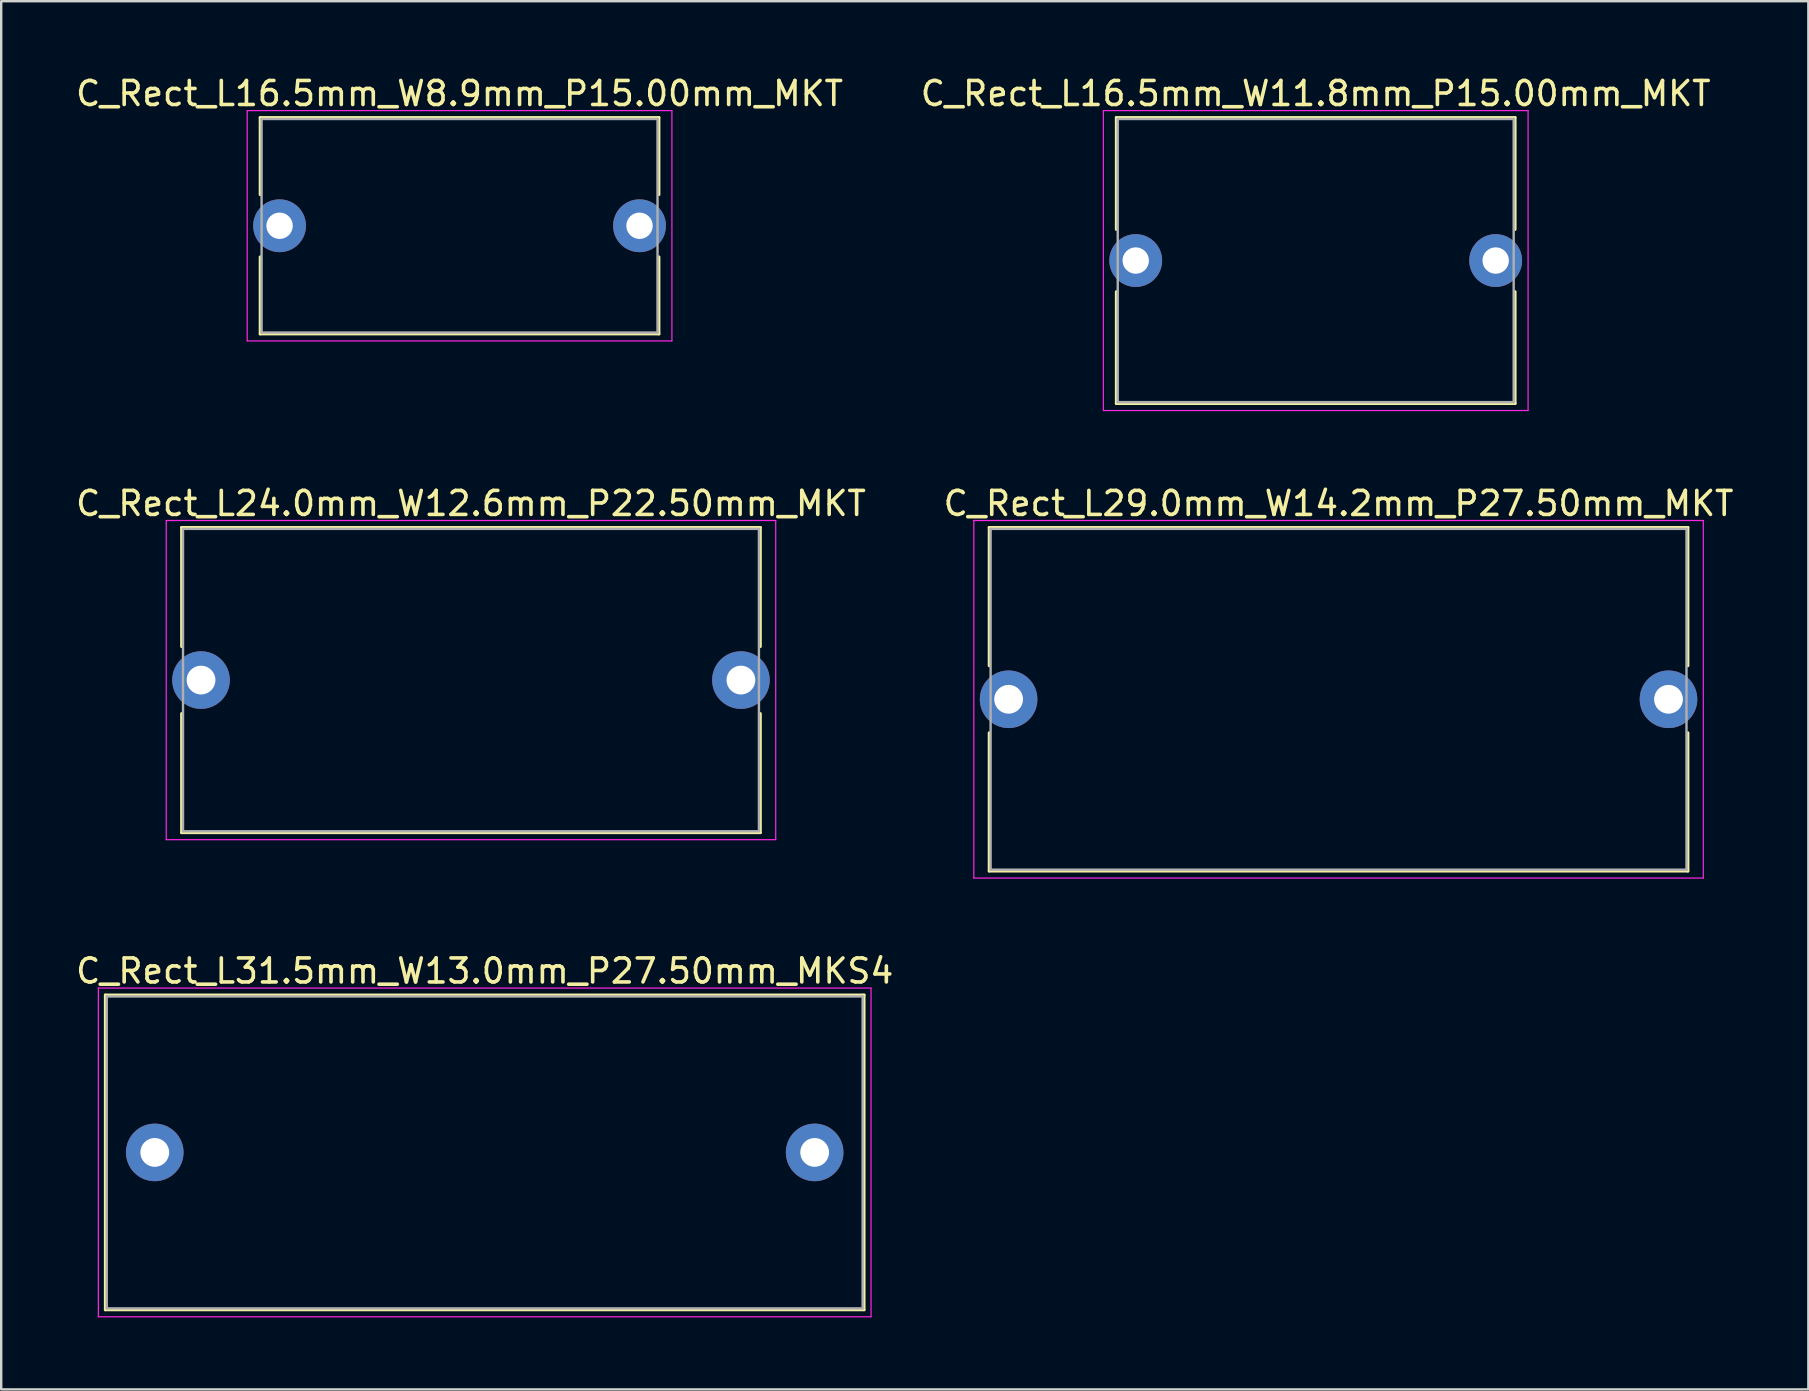
<source format=kicad_pcb>
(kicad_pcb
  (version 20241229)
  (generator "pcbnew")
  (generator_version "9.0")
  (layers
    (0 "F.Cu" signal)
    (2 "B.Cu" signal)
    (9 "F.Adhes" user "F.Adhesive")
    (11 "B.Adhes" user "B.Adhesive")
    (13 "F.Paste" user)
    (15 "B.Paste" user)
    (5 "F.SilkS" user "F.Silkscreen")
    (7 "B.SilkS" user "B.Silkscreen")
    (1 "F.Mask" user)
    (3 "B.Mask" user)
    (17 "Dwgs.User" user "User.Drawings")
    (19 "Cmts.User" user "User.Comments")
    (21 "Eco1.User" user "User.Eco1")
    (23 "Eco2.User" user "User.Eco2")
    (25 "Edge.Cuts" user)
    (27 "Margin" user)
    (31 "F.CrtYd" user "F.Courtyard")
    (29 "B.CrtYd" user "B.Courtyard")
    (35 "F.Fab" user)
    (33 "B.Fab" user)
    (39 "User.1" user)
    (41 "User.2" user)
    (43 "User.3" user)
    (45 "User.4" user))
  (footprint "C_Rect_L29.0mm_W14.2mm_P27.50mm_MKT"
    (layer "F.Cu")
    (at 38.982 26.091)
    (property "Reference" "C_Rect_L29.0mm_W14.2mm_P27.50mm_MKT" (at 13.75 -8.16 0) (layer "F.SilkS") (effects (font (size 1 1) (thickness 0.15))))
    (attr through_hole)
    (fp_line (start -0.81 -7.16) (end -0.81 -1.395) (stroke (width 0.12) (type solid)) (layer "F.SilkS"))
    (fp_line (start -0.81 -7.16) (end 28.31 -7.16) (stroke (width 0.12) (type solid)) (layer "F.SilkS"))
    (fp_line (start -0.81 1.395) (end -0.81 7.16) (stroke (width 0.12) (type solid)) (layer "F.SilkS"))
    (fp_line (start -0.81 7.16) (end 28.31 7.16) (stroke (width 0.12) (type solid)) (layer "F.SilkS"))
    (fp_line (start 28.31 -7.16) (end 28.31 -1.395) (stroke (width 0.12) (type solid)) (layer "F.SilkS"))
    (fp_line (start 28.31 1.395) (end 28.31 7.16) (stroke (width 0.12) (type solid)) (layer "F.SilkS"))
    (fp_line (start -1.45 -7.45) (end -1.45 7.45) (stroke (width 0.05) (type solid)) (layer "F.CrtYd"))
    (fp_line (start -1.45 7.45) (end 28.95 7.45) (stroke (width 0.05) (type solid)) (layer "F.CrtYd"))
    (fp_line (start 28.95 -7.45) (end -1.45 -7.45) (stroke (width 0.05) (type solid)) (layer "F.CrtYd"))
    (fp_line (start 28.95 7.45) (end 28.95 -7.45) (stroke (width 0.05) (type solid)) (layer "F.CrtYd"))
    (fp_line (start -0.75 -7.1) (end -0.75 7.1) (stroke (width 0.1) (type solid)) (layer "F.Fab"))
    (fp_line (start -0.75 7.1) (end 28.25 7.1) (stroke (width 0.1) (type solid)) (layer "F.Fab"))
    (fp_line (start 28.25 -7.1) (end -0.75 -7.1) (stroke (width 0.1) (type solid)) (layer "F.Fab"))
    (fp_line (start 28.25 7.1) (end 28.25 -7.1) (stroke (width 0.1) (type solid)) (layer "F.Fab"))
    (pad "1" thru_hole circle (at 0 0) (size 2.4 2.4) (drill 1.2) (layers "*.Cu" "*.Mask"))
    (pad "2" thru_hole circle (at 27.5 0) (size 2.4 2.4) (drill 1.2) (layers "*.Cu" "*.Mask")))
  (footprint "C_Rect_L31.5mm_W13.0mm_P27.50mm_MKS4"
    (layer "F.Cu")
    (at 3.399 44.975)
    (property "Reference" "C_Rect_L31.5mm_W13.0mm_P27.50mm_MKS4" (at 13.75 -7.56 0) (layer "F.SilkS") (effects (font (size 1 1) (thickness 0.15))))
    (attr through_hole)
    (fp_line (start -2.06 -6.56) (end -2.06 6.56) (stroke (width 0.12) (type solid)) (layer "F.SilkS"))
    (fp_line (start -2.06 -6.56) (end 29.56 -6.56) (stroke (width 0.12) (type solid)) (layer "F.SilkS"))
    (fp_line (start -2.06 6.56) (end 29.56 6.56) (stroke (width 0.12) (type solid)) (layer "F.SilkS"))
    (fp_line (start 29.56 -6.56) (end 29.56 6.56) (stroke (width 0.12) (type solid)) (layer "F.SilkS"))
    (fp_line (start -2.35 -6.85) (end -2.35 6.85) (stroke (width 0.05) (type solid)) (layer "F.CrtYd"))
    (fp_line (start -2.35 6.85) (end 29.85 6.85) (stroke (width 0.05) (type solid)) (layer "F.CrtYd"))
    (fp_line (start 29.85 -6.85) (end -2.35 -6.85) (stroke (width 0.05) (type solid)) (layer "F.CrtYd"))
    (fp_line (start 29.85 6.85) (end 29.85 -6.85) (stroke (width 0.05) (type solid)) (layer "F.CrtYd"))
    (fp_line (start -2 -6.5) (end -2 6.5) (stroke (width 0.1) (type solid)) (layer "F.Fab"))
    (fp_line (start -2 6.5) (end 29.5 6.5) (stroke (width 0.1) (type solid)) (layer "F.Fab"))
    (fp_line (start 29.5 -6.5) (end -2 -6.5) (stroke (width 0.1) (type solid)) (layer "F.Fab"))
    (fp_line (start 29.5 6.5) (end 29.5 -6.5) (stroke (width 0.1) (type solid)) (layer "F.Fab"))
    (pad "1" thru_hole circle (at 0 0) (size 2.4 2.4) (drill 1.2) (layers "*.Cu" "*.Mask"))
    (pad "2" thru_hole circle (at 27.5 0) (size 2.4 2.4) (drill 1.2) (layers "*.Cu" "*.Mask")))
  (footprint "C_Rect_L24.0mm_W12.6mm_P22.50mm_MKT"
    (layer "F.Cu")
    (at 5.327 25.291)
    (property "Reference" "C_Rect_L24.0mm_W12.6mm_P22.50mm_MKT" (at 11.25 -7.36 0) (layer "F.SilkS") (effects (font (size 1 1) (thickness 0.15))))
    (attr through_hole)
    (fp_line (start -0.81 -6.36) (end -0.81 -1.395) (stroke (width 0.12) (type solid)) (layer "F.SilkS"))
    (fp_line (start -0.81 -6.36) (end 23.31 -6.36) (stroke (width 0.12) (type solid)) (layer "F.SilkS"))
    (fp_line (start -0.81 1.395) (end -0.81 6.36) (stroke (width 0.12) (type solid)) (layer "F.SilkS"))
    (fp_line (start -0.81 6.36) (end 23.31 6.36) (stroke (width 0.12) (type solid)) (layer "F.SilkS"))
    (fp_line (start 23.31 -6.36) (end 23.31 -1.395) (stroke (width 0.12) (type solid)) (layer "F.SilkS"))
    (fp_line (start 23.31 1.395) (end 23.31 6.36) (stroke (width 0.12) (type solid)) (layer "F.SilkS"))
    (fp_line (start -1.45 -6.65) (end -1.45 6.65) (stroke (width 0.05) (type solid)) (layer "F.CrtYd"))
    (fp_line (start -1.45 6.65) (end 23.95 6.65) (stroke (width 0.05) (type solid)) (layer "F.CrtYd"))
    (fp_line (start 23.95 -6.65) (end -1.45 -6.65) (stroke (width 0.05) (type solid)) (layer "F.CrtYd"))
    (fp_line (start 23.95 6.65) (end 23.95 -6.65) (stroke (width 0.05) (type solid)) (layer "F.CrtYd"))
    (fp_line (start -0.75 -6.3) (end -0.75 6.3) (stroke (width 0.1) (type solid)) (layer "F.Fab"))
    (fp_line (start -0.75 6.3) (end 23.25 6.3) (stroke (width 0.1) (type solid)) (layer "F.Fab"))
    (fp_line (start 23.25 -6.3) (end -0.75 -6.3) (stroke (width 0.1) (type solid)) (layer "F.Fab"))
    (fp_line (start 23.25 6.3) (end 23.25 -6.3) (stroke (width 0.1) (type solid)) (layer "F.Fab"))
    (pad "1" thru_hole circle (at 0 0) (size 2.4 2.4) (drill 1.2) (layers "*.Cu" "*.Mask"))
    (pad "2" thru_hole circle (at 22.5 0) (size 2.4 2.4) (drill 1.2) (layers "*.Cu" "*.Mask")))
  (footprint "C_Rect_L16.5mm_W11.8mm_P15.00mm_MKT"
    (layer "F.Cu")
    (at 44.28 7.808)
    (property "Reference" "C_Rect_L16.5mm_W11.8mm_P15.00mm_MKT" (at 7.5 -6.96 0) (layer "F.SilkS") (effects (font (size 1 1) (thickness 0.15))))
    (attr through_hole)
    (fp_line (start -0.81 -5.96) (end -0.81 -1.296) (stroke (width 0.12) (type solid)) (layer "F.SilkS"))
    (fp_line (start -0.81 -5.96) (end 15.81 -5.96) (stroke (width 0.12) (type solid)) (layer "F.SilkS"))
    (fp_line (start -0.81 1.296) (end -0.81 5.96) (stroke (width 0.12) (type solid)) (layer "F.SilkS"))
    (fp_line (start -0.81 5.96) (end 15.81 5.96) (stroke (width 0.12) (type solid)) (layer "F.SilkS"))
    (fp_line (start 15.81 -5.96) (end 15.81 -1.296) (stroke (width 0.12) (type solid)) (layer "F.SilkS"))
    (fp_line (start 15.81 1.296) (end 15.81 5.96) (stroke (width 0.12) (type solid)) (layer "F.SilkS"))
    (fp_line (start -1.35 -6.25) (end -1.35 6.25) (stroke (width 0.05) (type solid)) (layer "F.CrtYd"))
    (fp_line (start -1.35 6.25) (end 16.35 6.25) (stroke (width 0.05) (type solid)) (layer "F.CrtYd"))
    (fp_line (start 16.35 -6.25) (end -1.35 -6.25) (stroke (width 0.05) (type solid)) (layer "F.CrtYd"))
    (fp_line (start 16.35 6.25) (end 16.35 -6.25) (stroke (width 0.05) (type solid)) (layer "F.CrtYd"))
    (fp_line (start -0.75 -5.9) (end -0.75 5.9) (stroke (width 0.1) (type solid)) (layer "F.Fab"))
    (fp_line (start -0.75 5.9) (end 15.75 5.9) (stroke (width 0.1) (type solid)) (layer "F.Fab"))
    (fp_line (start 15.75 -5.9) (end -0.75 -5.9) (stroke (width 0.1) (type solid)) (layer "F.Fab"))
    (fp_line (start 15.75 5.9) (end 15.75 -5.9) (stroke (width 0.1) (type solid)) (layer "F.Fab"))
    (pad "1" thru_hole circle (at 0 0) (size 2.2 2.2) (drill 1.1) (layers "*.Cu" "*.Mask"))
    (pad "2" thru_hole circle (at 15 0) (size 2.2 2.2) (drill 1.1) (layers "*.Cu" "*.Mask")))
  (footprint "C_Rect_L16.5mm_W8.9mm_P15.00mm_MKT"
    (layer "F.Cu")
    (at 8.601 6.358)
    (property "Reference" "C_Rect_L16.5mm_W8.9mm_P15.00mm_MKT" (at 7.5 -5.51 0) (layer "F.SilkS") (effects (font (size 1 1) (thickness 0.15))))
    (attr through_hole)
    (fp_line (start -0.81 -4.51) (end -0.81 -1.296) (stroke (width 0.12) (type solid)) (layer "F.SilkS"))
    (fp_line (start -0.81 -4.51) (end 15.81 -4.51) (stroke (width 0.12) (type solid)) (layer "F.SilkS"))
    (fp_line (start -0.81 1.296) (end -0.81 4.51) (stroke (width 0.12) (type solid)) (layer "F.SilkS"))
    (fp_line (start -0.81 4.51) (end 15.81 4.51) (stroke (width 0.12) (type solid)) (layer "F.SilkS"))
    (fp_line (start 15.81 -4.51) (end 15.81 -1.296) (stroke (width 0.12) (type solid)) (layer "F.SilkS"))
    (fp_line (start 15.81 1.296) (end 15.81 4.51) (stroke (width 0.12) (type solid)) (layer "F.SilkS"))
    (fp_line (start -1.35 -4.8) (end -1.35 4.8) (stroke (width 0.05) (type solid)) (layer "F.CrtYd"))
    (fp_line (start -1.35 4.8) (end 16.35 4.8) (stroke (width 0.05) (type solid)) (layer "F.CrtYd"))
    (fp_line (start 16.35 -4.8) (end -1.35 -4.8) (stroke (width 0.05) (type solid)) (layer "F.CrtYd"))
    (fp_line (start 16.35 4.8) (end 16.35 -4.8) (stroke (width 0.05) (type solid)) (layer "F.CrtYd"))
    (fp_line (start -0.75 -4.45) (end -0.75 4.45) (stroke (width 0.1) (type solid)) (layer "F.Fab"))
    (fp_line (start -0.75 4.45) (end 15.75 4.45) (stroke (width 0.1) (type solid)) (layer "F.Fab"))
    (fp_line (start 15.75 -4.45) (end -0.75 -4.45) (stroke (width 0.1) (type solid)) (layer "F.Fab"))
    (fp_line (start 15.75 4.45) (end 15.75 -4.45) (stroke (width 0.1) (type solid)) (layer "F.Fab"))
    (pad "1" thru_hole circle (at 0 0) (size 2.2 2.2) (drill 1.1) (layers "*.Cu" "*.Mask"))
    (pad "2" thru_hole circle (at 15 0) (size 2.2 2.2) (drill 1.1) (layers "*.Cu" "*.Mask")))
  (gr_rect
    (start -3 -3)
    (end 72.31 54.85)
    (stroke (width 0.1) (type default))
    (fill no)
    (layer "Edge.Cuts")))
</source>
